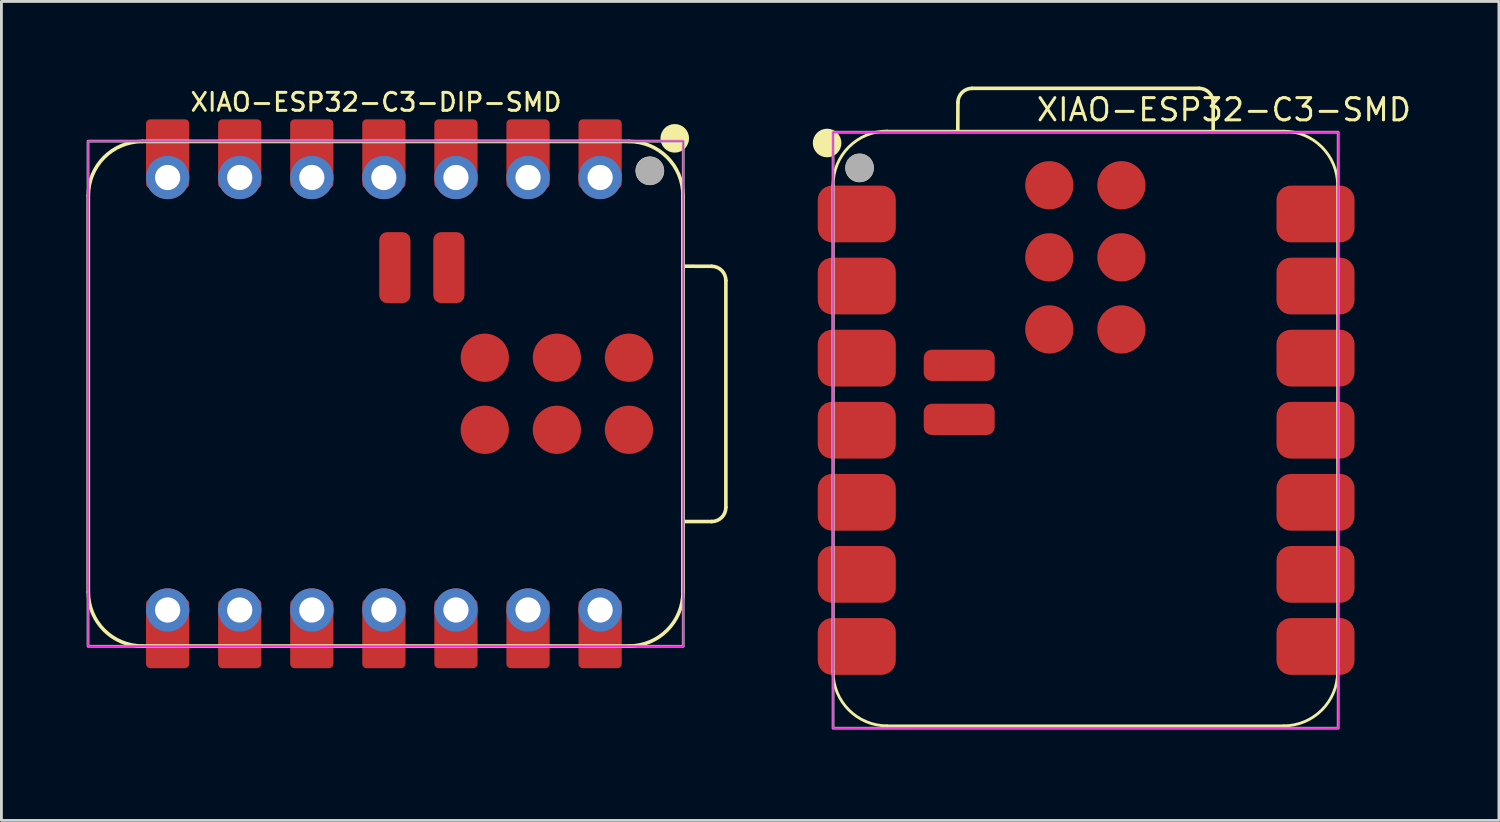
<source format=kicad_pcb>
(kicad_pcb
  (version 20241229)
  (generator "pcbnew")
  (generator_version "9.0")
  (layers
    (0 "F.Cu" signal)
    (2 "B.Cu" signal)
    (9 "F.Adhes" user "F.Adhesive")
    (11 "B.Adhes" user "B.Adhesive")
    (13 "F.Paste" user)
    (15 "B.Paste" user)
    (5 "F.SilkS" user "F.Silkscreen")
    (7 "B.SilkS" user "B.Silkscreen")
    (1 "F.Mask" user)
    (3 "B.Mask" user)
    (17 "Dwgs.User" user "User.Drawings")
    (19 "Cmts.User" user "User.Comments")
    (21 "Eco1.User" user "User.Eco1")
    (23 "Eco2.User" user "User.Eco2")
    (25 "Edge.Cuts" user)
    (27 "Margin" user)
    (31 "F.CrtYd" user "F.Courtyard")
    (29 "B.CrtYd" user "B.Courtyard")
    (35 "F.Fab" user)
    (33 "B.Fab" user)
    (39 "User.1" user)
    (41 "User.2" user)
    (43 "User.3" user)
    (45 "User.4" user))
  (footprint "XIAO-ESP32-C3-DIP-SMD"
    (layer "F.Cu")
    (at 10.477 10.825)
    (property "Reference" "XIAO-ESP32-C3-DIP-SMD" (at -0.275 -10.275 0) (unlocked yes) (layer "F.SilkS") (effects (font (size 0.635 0.635) (thickness 0.102))))
    (attr smd)
    (fp_line (start -10.414 -6.985) (end -10.414 6.985) (stroke (width 0.127) (type solid)) (layer "F.SilkS"))
    (fp_line (start -8.509 -8.89) (end 8.636 -8.89) (stroke (width 0.127) (type solid)) (layer "F.SilkS"))
    (fp_line (start -8.509 8.89) (end 8.636 8.89) (stroke (width 0.127) (type solid)) (layer "F.SilkS"))
    (fp_line (start 10.541 -4.495) (end 11.551 -4.491) (stroke (width 0.127) (type solid)) (layer "F.SilkS"))
    (fp_line (start 10.541 6.985) (end 10.541 -6.985) (stroke (width 0.1) (type solid)) (layer "F.SilkS"))
    (fp_line (start 10.541 6.985) (end 10.541 -6.985) (stroke (width 0.1) (type solid)) (layer "F.SilkS"))
    (fp_line (start 10.541 6.985) (end 10.541 -6.985) (stroke (width 0.127) (type solid)) (layer "F.SilkS"))
    (fp_line (start 11.551 4.504) (end 10.541 4.504) (stroke (width 0.127) (type solid)) (layer "F.SilkS"))
    (fp_line (start 12.051 -3.991) (end 12.051 4.004) (stroke (width 0.127) (type solid)) (layer "F.SilkS"))
    (fp_arc (start -10.414 -6.985) (mid -9.856038 -8.332038) (end -8.509 -8.89) (stroke (width 0.127) (type solid)) (layer "F.SilkS"))
    (fp_arc (start -8.509 8.89) (mid -9.856038 8.332038) (end -10.414 6.985) (stroke (width 0.127) (type solid)) (layer "F.SilkS"))
    (fp_arc (start 8.636 -8.89) (mid 9.983038 -8.332038) (end 10.541 -6.985) (stroke (width 0.127) (type solid)) (layer "F.SilkS"))
    (fp_arc (start 10.541 6.985) (mid 9.983038 8.332038) (end 8.636 8.89) (stroke (width 0.127) (type solid)) (layer "F.SilkS"))
    (fp_arc (start 11.551272 -4.491272) (mid 11.904644 -4.344724) (end 12.051 -3.991272) (stroke (width 0.127) (type default)) (layer "F.SilkS"))
    (fp_arc (start 12.051 4.004) (mid 11.904553 4.357553) (end 11.551 4.504) (stroke (width 0.127) (type default)) (layer "F.SilkS"))
    (fp_circle (center 9.37 -7.857) (end 9.624 -7.857) (stroke (width 0.5) (type solid)) (fill yes) (layer "F.SilkS"))
    (fp_circle (center 10.25 -9) (end 10.504 -9) (stroke (width 0.5) (type solid)) (fill yes) (layer "F.SilkS"))
    (fp_rect (start -10.425 -8.9) (end 10.55 8.9) (stroke (width 0.05) (type default)) (fill no) (layer "F.CrtYd"))
    (fp_rect (start -10.425 -8.9) (end 10.55 8.9) (stroke (width 0.1) (type default)) (fill no) (layer "F.Fab"))
    (fp_circle (center 9.376 -7.854) (end 9.63 -7.854) (stroke (width 0.5) (type solid)) (fill no) (layer "F.Fab"))
    (pad "1" smd roundrect (at 7.62 -8.455 90) (size 2.432 1.524) (layers "F.Cu" "F.Mask") (roundrect_rratio 0.1))
    (pad "1" thru_hole circle (at 7.62 -7.62 90) (size 1.524 1.524) (drill 0.889) (layers "*.Cu" "*.Mask"))
    (pad "2" smd roundrect (at 5.08 -8.455 90) (size 2.432 1.524) (layers "F.Cu" "F.Mask") (roundrect_rratio 0.1))
    (pad "2" thru_hole circle (at 5.08 -7.62 90) (size 1.524 1.524) (drill 0.889) (layers "*.Cu" "*.Mask"))
    (pad "3" smd roundrect (at 2.54 -8.455 90) (size 2.432 1.524) (layers "F.Cu" "F.Mask") (roundrect_rratio 0.1))
    (pad "3" thru_hole circle (at 2.54 -7.62 90) (size 1.524 1.524) (drill 0.889) (layers "*.Cu" "*.Mask"))
    (pad "4" smd roundrect (at 0 -8.455 90) (size 2.432 1.524) (layers "F.Cu" "F.Mask") (roundrect_rratio 0.1))
    (pad "4" thru_hole circle (at 0 -7.62 90) (size 1.524 1.524) (drill 0.889) (layers "*.Cu" "*.Mask"))
    (pad "5" smd roundrect (at -2.54 -8.455 90) (size 2.432 1.524) (layers "F.Cu" "F.Mask") (roundrect_rratio 0.1))
    (pad "5" thru_hole circle (at -2.54 -7.62 90) (size 1.524 1.524) (drill 0.889) (layers "*.Cu" "*.Mask"))
    (pad "6" smd roundrect (at -5.08 -8.455 90) (size 2.432 1.524) (layers "F.Cu" "F.Mask") (roundrect_rratio 0.1))
    (pad "6" thru_hole circle (at -5.08 -7.62 90) (size 1.524 1.524) (drill 0.889) (layers "*.Cu" "*.Mask"))
    (pad "7" smd roundrect (at -7.62 -8.455 90) (size 2.432 1.524) (layers "F.Cu" "F.Mask") (roundrect_rratio 0.1))
    (pad "7" thru_hole circle (at -7.62 -7.62 90) (size 1.524 1.524) (drill 0.889) (layers "*.Cu" "*.Mask"))
    (pad "8" thru_hole circle (at -7.62 7.62 270) (size 1.524 1.524) (drill 0.889) (layers "*.Cu" "*.Mask"))
    (pad "8" smd roundrect (at -7.62 8.455 270) (size 2.432 1.524) (layers "F.Cu" "F.Mask") (roundrect_rratio 0.1))
    (pad "9" thru_hole circle (at -5.08 7.62 270) (size 1.524 1.524) (drill 0.889) (layers "*.Cu" "*.Mask"))
    (pad "9" smd roundrect (at -5.08 8.455 270) (size 2.432 1.524) (layers "F.Cu" "F.Mask") (roundrect_rratio 0.1))
    (pad "10" thru_hole circle (at -2.54 7.62 270) (size 1.524 1.524) (drill 0.889) (layers "*.Cu" "*.Mask"))
    (pad "10" smd roundrect (at -2.54 8.455 270) (size 2.432 1.524) (layers "F.Cu" "F.Mask") (roundrect_rratio 0.1))
    (pad "11" thru_hole circle (at 0 7.62 270) (size 1.524 1.524) (drill 0.889) (layers "*.Cu" "*.Mask"))
    (pad "11" smd roundrect (at 0 8.455 270) (size 2.432 1.524) (layers "F.Cu" "F.Mask") (roundrect_rratio 0.1))
    (pad "12" thru_hole circle (at 2.54 7.62 270) (size 1.524 1.524) (drill 0.889) (layers "*.Cu" "*.Mask"))
    (pad "12" smd roundrect (at 2.54 8.455 270) (size 2.432 1.524) (layers "F.Cu" "F.Mask") (roundrect_rratio 0.1))
    (pad "13" thru_hole circle (at 5.08 7.62 270) (size 1.524 1.524) (drill 0.889) (layers "*.Cu" "*.Mask"))
    (pad "13" smd roundrect (at 5.08 8.455 270) (size 2.432 1.524) (layers "F.Cu" "F.Mask") (roundrect_rratio 0.1))
    (pad "14" thru_hole circle (at 7.62 7.62 270) (size 1.524 1.524) (drill 0.889) (layers "*.Cu" "*.Mask"))
    (pad "14" smd roundrect (at 7.62 8.455 270) (size 2.432 1.524) (layers "F.Cu" "F.Mask") (roundrect_rratio 0.1))
    (pad "15" smd roundrect (at 0.386 -4.445 90) (size 2.5 1.1) (layers "F.Cu" "F.Mask" "F.Paste") (roundrect_rratio 0.25))
    (pad "16" smd roundrect (at 2.291 -4.445 90) (size 2.5 1.1) (layers "F.Cu" "F.Mask" "F.Paste") (roundrect_rratio 0.25))
    (pad "17" smd circle (at 8.636 -1.27 270) (size 1.7 1.7) (layers "F.Cu" "F.Mask" "F.Paste"))
    (pad "18" smd circle (at 8.636 1.27 270) (size 1.7 1.7) (layers "F.Cu" "F.Mask" "F.Paste"))
    (pad "19" smd circle (at 6.096 -1.27 270) (size 1.7 1.7) (layers "F.Cu" "F.Mask" "F.Paste"))
    (pad "20" smd circle (at 6.096 1.27 270) (size 1.7 1.7) (layers "F.Cu" "F.Mask" "F.Paste"))
    (pad "21" smd circle (at 3.556 -1.27 270) (size 1.7 1.7) (layers "F.Cu" "F.Mask" "F.Paste"))
    (pad "22" smd circle (at 3.556 1.27 270) (size 1.7 1.7) (layers "F.Cu" "F.Mask" "F.Paste")))
  (footprint "XIAO-ESP32-C3-SMD"
    (layer "F.Cu")
    (at 26.306 22.61)
    (property "Reference" "XIAO-ESP32-C3-SMD" (at 7.112 -21.336 0) (layer "F.SilkS") (effects (font (size 0.782 0.782) (thickness 0.107)) (justify left bottom)))
    (fp_line (start 0 -1.987) (end 0 -19.132) (stroke (width 0.1) (type solid)) (layer "F.SilkS"))
    (fp_line (start 1.905 -0.082) (end 15.875 -0.082) (stroke (width 0.1) (type solid)) (layer "F.SilkS"))
    (fp_line (start 4.395 -21.037) (end 4.399 -22.047) (stroke (width 0.127) (type solid)) (layer "F.SilkS"))
    (fp_line (start 4.899 -22.547) (end 12.894 -22.547) (stroke (width 0.127) (type solid)) (layer "F.SilkS"))
    (fp_line (start 13.394 -22.047) (end 13.394 -21.037) (stroke (width 0.127) (type solid)) (layer "F.SilkS"))
    (fp_line (start 15.875 -21.037) (end 1.905 -21.037) (stroke (width 0.1) (type solid)) (layer "F.SilkS"))
    (fp_line (start 17.78 -1.987) (end 17.78 -19.132) (stroke (width 0.1) (type solid)) (layer "F.SilkS"))
    (fp_arc (start 0 -19.136) (mid 0.557962 -20.483038) (end 1.905 -21.041) (stroke (width 0.1) (type solid)) (layer "F.SilkS"))
    (fp_arc (start 1.905 -0.082) (mid 0.557962 -0.639962) (end 0 -1.987) (stroke (width 0.1) (type solid)) (layer "F.SilkS"))
    (fp_arc (start 4.398728 -22.047272) (mid 4.545272 -22.40064) (end 4.898728 -22.547) (stroke (width 0.127) (type default)) (layer "F.SilkS"))
    (fp_arc (start 12.894 -22.547) (mid 13.247553 -22.400553) (end 13.394 -22.047) (stroke (width 0.127) (type default)) (layer "F.SilkS"))
    (fp_arc (start 15.875 -21.037) (mid 17.222038 -20.479038) (end 17.78 -19.132) (stroke (width 0.1) (type solid)) (layer "F.SilkS"))
    (fp_arc (start 17.78 -1.987) (mid 17.222038 -0.639962) (end 15.875 -0.082) (stroke (width 0.1) (type solid)) (layer "F.SilkS"))
    (fp_circle (center -0.21 -20.621) (end -0.21 -20.875) (stroke (width 0.5) (type solid)) (fill yes) (layer "F.SilkS"))
    (fp_circle (center 0.933 -19.741) (end 0.933 -19.995) (stroke (width 0.5) (type solid)) (fill yes) (layer "F.SilkS"))
    (fp_rect (start 17.8 0) (end 0 -21) (stroke (width 0.05) (type default)) (fill no) (layer "F.CrtYd"))
    (fp_rect (start 0 -21) (end 17.8 0) (stroke (width 0.1) (type default)) (fill no) (layer "F.Fab"))
    (fp_circle (center 0.936 -19.747) (end 0.936 -20.001) (stroke (width 0.5) (type solid)) (fill no) (layer "F.Fab"))
    (pad "1" smd roundrect (at 0.835 -18.12) (size 2.75 2) (layers "F.Cu" "F.Mask" "F.Paste") (roundrect_rratio 0.25))
    (pad "2" smd roundrect (at 0.835 -15.58) (size 2.75 2) (layers "F.Cu" "F.Mask" "F.Paste") (roundrect_rratio 0.25))
    (pad "3" smd roundrect (at 0.835 -13.04) (size 2.75 2) (layers "F.Cu" "F.Mask" "F.Paste") (roundrect_rratio 0.25))
    (pad "4" smd roundrect (at 0.835 -10.5) (size 2.75 2) (layers "F.Cu" "F.Mask" "F.Paste") (roundrect_rratio 0.25))
    (pad "5" smd roundrect (at 0.835 -7.96) (size 2.75 2) (layers "F.Cu" "F.Mask" "F.Paste") (roundrect_rratio 0.25))
    (pad "6" smd roundrect (at 0.835 -5.42) (size 2.75 2) (layers "F.Cu" "F.Mask" "F.Paste") (roundrect_rratio 0.25))
    (pad "7" smd roundrect (at 0.835 -2.88) (size 2.75 2) (layers "F.Cu" "F.Mask" "F.Paste") (roundrect_rratio 0.25))
    (pad "8" smd roundrect (at 17 -2.88) (size 2.75 2) (layers "F.Cu" "F.Mask" "F.Paste") (roundrect_rratio 0.25))
    (pad "9" smd roundrect (at 17 -5.42) (size 2.75 2) (layers "F.Cu" "F.Mask" "F.Paste") (roundrect_rratio 0.25))
    (pad "10" smd roundrect (at 17 -7.96) (size 2.75 2) (layers "F.Cu" "F.Mask" "F.Paste") (roundrect_rratio 0.25))
    (pad "11" smd roundrect (at 17 -10.5) (size 2.75 2) (layers "F.Cu" "F.Mask" "F.Paste") (roundrect_rratio 0.25))
    (pad "12" smd roundrect (at 17 -13.04) (size 2.75 2) (layers "F.Cu" "F.Mask" "F.Paste") (roundrect_rratio 0.25))
    (pad "13" smd roundrect (at 17 -15.58) (size 2.75 2) (layers "F.Cu" "F.Mask" "F.Paste") (roundrect_rratio 0.25))
    (pad "14" smd roundrect (at 17 -18.12) (size 2.75 2) (layers "F.Cu" "F.Mask" "F.Paste") (roundrect_rratio 0.25))
    (pad "15" smd roundrect (at 4.445 -10.882 180) (size 2.5 1.1) (layers "F.Cu" "F.Mask" "F.Paste") (roundrect_rratio 0.25))
    (pad "16" smd roundrect (at 4.445 -12.787 180) (size 2.5 1.1) (layers "F.Cu" "F.Mask" "F.Paste") (roundrect_rratio 0.25))
    (pad "17" smd circle (at 7.62 -19.132) (size 1.7 1.7) (layers "F.Cu" "F.Mask" "F.Paste"))
    (pad "18" smd circle (at 10.16 -19.132) (size 1.7 1.7) (layers "F.Cu" "F.Mask" "F.Paste"))
    (pad "19" smd circle (at 7.62 -16.592) (size 1.7 1.7) (layers "F.Cu" "F.Mask" "F.Paste"))
    (pad "20" smd circle (at 10.16 -16.592) (size 1.7 1.7) (layers "F.Cu" "F.Mask" "F.Paste"))
    (pad "21" smd circle (at 7.62 -14.052) (size 1.7 1.7) (layers "F.Cu" "F.Mask" "F.Paste"))
    (pad "22" smd circle (at 10.16 -14.052) (size 1.7 1.7) (layers "F.Cu" "F.Mask" "F.Paste")))
  (gr_rect
    (start -3 -3)
    (end 49.769 25.86)
    (stroke (width 0.1) (type default))
    (fill no)
    (layer "Edge.Cuts")))
</source>
